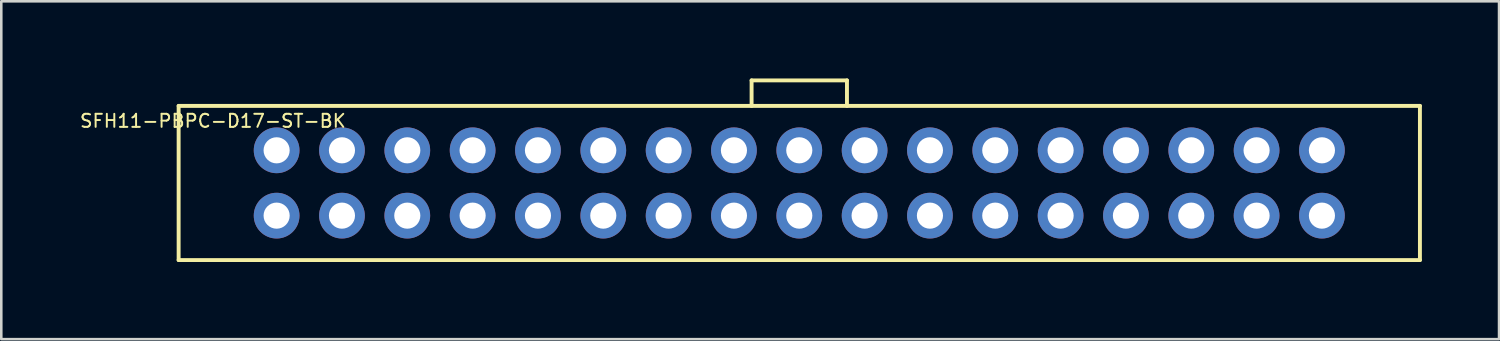
<source format=kicad_pcb>
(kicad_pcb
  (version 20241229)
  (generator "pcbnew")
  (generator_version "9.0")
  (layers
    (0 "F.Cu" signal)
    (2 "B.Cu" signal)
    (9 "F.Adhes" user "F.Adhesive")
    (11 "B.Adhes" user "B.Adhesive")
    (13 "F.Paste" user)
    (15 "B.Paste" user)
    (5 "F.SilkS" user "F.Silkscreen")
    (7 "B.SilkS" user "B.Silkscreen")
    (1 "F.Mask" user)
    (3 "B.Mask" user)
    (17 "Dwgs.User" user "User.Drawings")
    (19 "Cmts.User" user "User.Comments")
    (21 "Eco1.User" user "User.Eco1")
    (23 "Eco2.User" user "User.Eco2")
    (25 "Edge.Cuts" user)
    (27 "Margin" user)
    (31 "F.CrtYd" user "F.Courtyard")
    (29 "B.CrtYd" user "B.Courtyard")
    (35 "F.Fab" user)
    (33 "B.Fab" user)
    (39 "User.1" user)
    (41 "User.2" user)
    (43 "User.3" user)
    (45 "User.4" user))
  (footprint "SFH11-PBPC-D17-ST-BK"
    (layer "F.Cu")
    (at 3.895 1.067)
    (property "Reference" "SFH11-PBPC-D17-ST-BK" (at 1.333 0.584 0) (layer "F.SilkS") (effects (font (size 0.508 0.508) (thickness 0.076))))
    (attr through_hole)
    (fp_line (start 0 0) (end 0 5.994) (stroke (width 0.152) (type solid)) (layer "F.SilkS"))
    (fp_line (start 0 0) (end 48.26 0) (stroke (width 0.152) (type solid)) (layer "F.SilkS"))
    (fp_line (start 0 5.994) (end 48.26 5.994) (stroke (width 0.152) (type solid)) (layer "F.SilkS"))
    (fp_line (start 22.276 0) (end 22.276 -0.991) (stroke (width 0.152) (type solid)) (layer "F.SilkS"))
    (fp_line (start 25.984 -0.991) (end 22.276 -0.991) (stroke (width 0.152) (type solid)) (layer "F.SilkS"))
    (fp_line (start 25.984 0) (end 25.984 -0.991) (stroke (width 0.152) (type solid)) (layer "F.SilkS"))
    (fp_line (start 48.26 0) (end 48.26 5.994) (stroke (width 0.152) (type solid)) (layer "F.SilkS"))
    (pad "1" thru_hole circle (at 3.81 1.727) (size 1.778 1.778) (drill 1.016) (layers "*.Cu" "*.Mask"))
    (pad "2" thru_hole circle (at 3.81 4.267) (size 1.778 1.778) (drill 1.016) (layers "*.Cu" "*.Mask"))
    (pad "3" thru_hole circle (at 6.35 1.727) (size 1.778 1.778) (drill 1.016) (layers "*.Cu" "*.Mask"))
    (pad "4" thru_hole circle (at 6.35 4.267) (size 1.778 1.778) (drill 1.016) (layers "*.Cu" "*.Mask"))
    (pad "5" thru_hole circle (at 8.89 1.727) (size 1.778 1.778) (drill 1.016) (layers "*.Cu" "*.Mask"))
    (pad "6" thru_hole circle (at 8.89 4.267) (size 1.778 1.778) (drill 1.016) (layers "*.Cu" "*.Mask"))
    (pad "7" thru_hole circle (at 11.43 1.727) (size 1.778 1.778) (drill 1.016) (layers "*.Cu" "*.Mask"))
    (pad "8" thru_hole circle (at 11.43 4.267) (size 1.778 1.778) (drill 1.016) (layers "*.Cu" "*.Mask"))
    (pad "9" thru_hole circle (at 13.97 1.727) (size 1.778 1.778) (drill 1.016) (layers "*.Cu" "*.Mask"))
    (pad "10" thru_hole circle (at 13.97 4.267) (size 1.778 1.778) (drill 1.016) (layers "*.Cu" "*.Mask"))
    (pad "11" thru_hole circle (at 16.51 1.727) (size 1.778 1.778) (drill 1.016) (layers "*.Cu" "*.Mask"))
    (pad "12" thru_hole circle (at 16.51 4.267) (size 1.778 1.778) (drill 1.016) (layers "*.Cu" "*.Mask"))
    (pad "13" thru_hole circle (at 19.05 1.727) (size 1.778 1.778) (drill 1.016) (layers "*.Cu" "*.Mask"))
    (pad "14" thru_hole circle (at 19.05 4.267) (size 1.778 1.778) (drill 1.016) (layers "*.Cu" "*.Mask"))
    (pad "15" thru_hole circle (at 21.59 1.727) (size 1.778 1.778) (drill 1.016) (layers "*.Cu" "*.Mask"))
    (pad "16" thru_hole circle (at 21.59 4.267) (size 1.778 1.778) (drill 1.016) (layers "*.Cu" "*.Mask"))
    (pad "17" thru_hole circle (at 24.13 1.727) (size 1.778 1.778) (drill 1.016) (layers "*.Cu" "*.Mask"))
    (pad "18" thru_hole circle (at 24.13 4.267) (size 1.778 1.778) (drill 1.016) (layers "*.Cu" "*.Mask"))
    (pad "19" thru_hole circle (at 26.67 1.727) (size 1.778 1.778) (drill 1.016) (layers "*.Cu" "*.Mask"))
    (pad "20" thru_hole circle (at 26.67 4.267) (size 1.778 1.778) (drill 1.016) (layers "*.Cu" "*.Mask"))
    (pad "21" thru_hole circle (at 29.21 1.727) (size 1.778 1.778) (drill 1.016) (layers "*.Cu" "*.Mask"))
    (pad "22" thru_hole circle (at 29.21 4.267) (size 1.778 1.778) (drill 1.016) (layers "*.Cu" "*.Mask"))
    (pad "23" thru_hole circle (at 31.75 1.727) (size 1.778 1.778) (drill 1.016) (layers "*.Cu" "*.Mask"))
    (pad "24" thru_hole circle (at 31.75 4.267) (size 1.778 1.778) (drill 1.016) (layers "*.Cu" "*.Mask"))
    (pad "25" thru_hole circle (at 34.29 1.727) (size 1.778 1.778) (drill 1.016) (layers "*.Cu" "*.Mask"))
    (pad "26" thru_hole circle (at 34.29 4.267) (size 1.778 1.778) (drill 1.016) (layers "*.Cu" "*.Mask"))
    (pad "27" thru_hole circle (at 36.83 1.727) (size 1.778 1.778) (drill 1.016) (layers "*.Cu" "*.Mask"))
    (pad "28" thru_hole circle (at 36.83 4.267) (size 1.778 1.778) (drill 1.016) (layers "*.Cu" "*.Mask"))
    (pad "29" thru_hole circle (at 39.37 1.727) (size 1.778 1.778) (drill 1.016) (layers "*.Cu" "*.Mask"))
    (pad "30" thru_hole circle (at 39.37 4.267) (size 1.778 1.778) (drill 1.016) (layers "*.Cu" "*.Mask"))
    (pad "31" thru_hole circle (at 41.91 1.727) (size 1.778 1.778) (drill 1.016) (layers "*.Cu" "*.Mask"))
    (pad "32" thru_hole circle (at 41.91 4.267) (size 1.778 1.778) (drill 1.016) (layers "*.Cu" "*.Mask"))
    (pad "33" thru_hole circle (at 44.45 1.727) (size 1.778 1.778) (drill 1.016) (layers "*.Cu" "*.Mask"))
    (pad "34" thru_hole circle (at 44.45 4.267) (size 1.778 1.778) (drill 1.016) (layers "*.Cu" "*.Mask")))
  (gr_rect
    (start -3 -3)
    (end 55.231 10.137)
    (stroke (width 0.1) (type default))
    (fill no)
    (layer "Edge.Cuts")))
</source>
